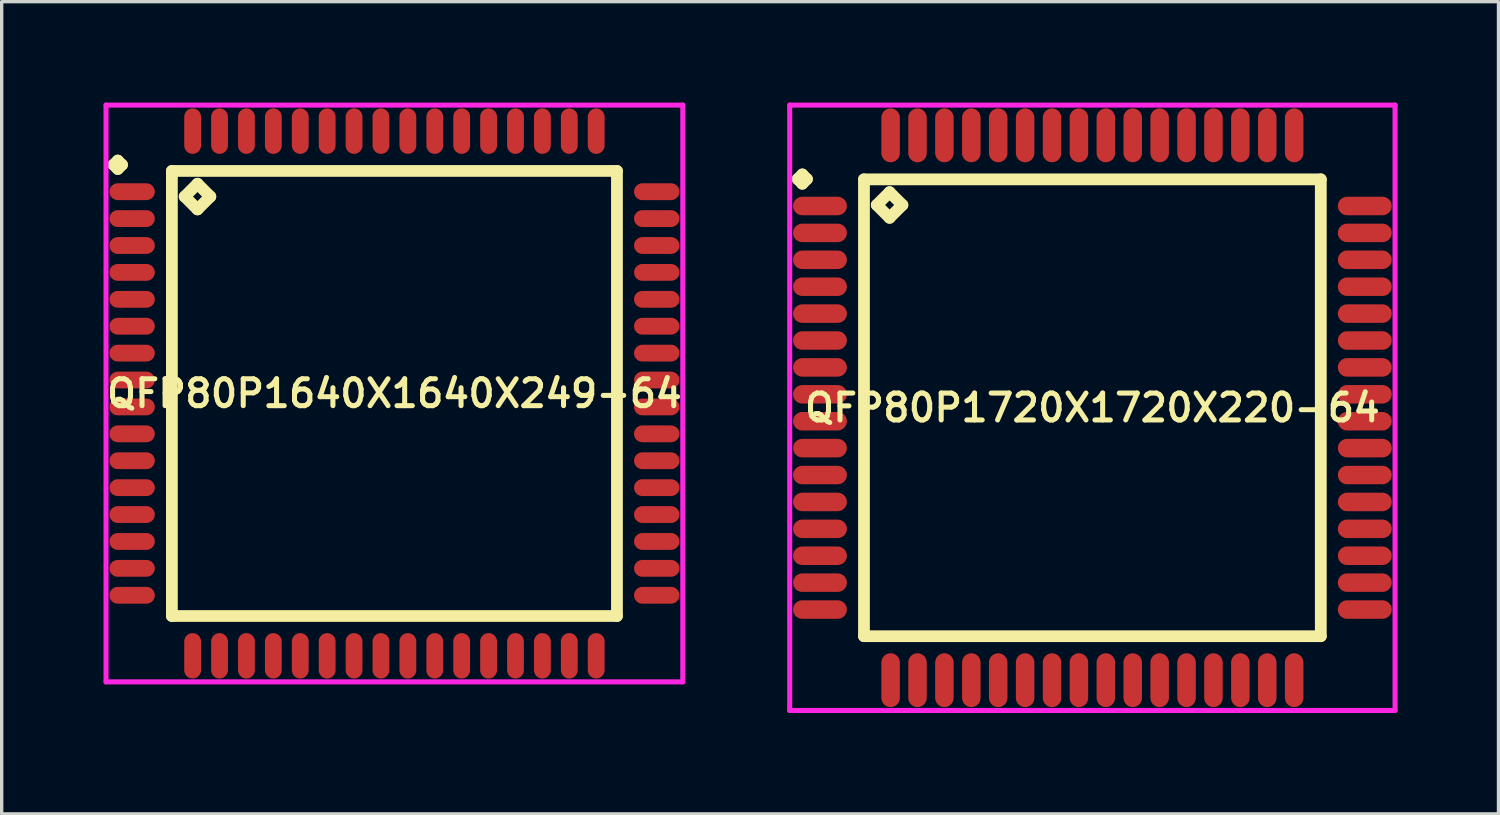
<source format=kicad_pcb>
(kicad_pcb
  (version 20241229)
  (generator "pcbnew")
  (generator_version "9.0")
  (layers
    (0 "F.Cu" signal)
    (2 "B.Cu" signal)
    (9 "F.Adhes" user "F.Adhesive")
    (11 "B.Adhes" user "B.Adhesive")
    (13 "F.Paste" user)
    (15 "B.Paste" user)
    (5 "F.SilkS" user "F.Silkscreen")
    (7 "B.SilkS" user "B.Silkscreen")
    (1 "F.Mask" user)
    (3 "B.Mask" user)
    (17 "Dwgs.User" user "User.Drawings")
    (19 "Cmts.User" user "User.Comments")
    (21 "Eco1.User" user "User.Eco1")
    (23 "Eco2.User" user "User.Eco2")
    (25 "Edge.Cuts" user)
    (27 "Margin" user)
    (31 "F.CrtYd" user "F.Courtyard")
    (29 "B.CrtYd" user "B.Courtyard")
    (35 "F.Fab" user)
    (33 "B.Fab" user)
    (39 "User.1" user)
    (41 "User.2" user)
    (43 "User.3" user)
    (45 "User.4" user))
  (footprint "QFP80P1640X1640X249-64"
    (layer "F.Cu")
    (at 8.678 8.65)
    (property "Reference" "QFP80P1640X1640X249-64" (at 0 0 0) (layer "F.SilkS") (effects (font (size 0.8 0.8) (thickness 0.15))))
    (attr smd)
    (fp_line (start -8.35 -6.8) (end -8.225 -6.925) (stroke (width 0.35) (type solid)) (layer "F.SilkS"))
    (fp_line (start -8.225 -6.925) (end -8.1 -6.8) (stroke (width 0.35) (type solid)) (layer "F.SilkS"))
    (fp_line (start -8.225 -6.675) (end -8.35 -6.8) (stroke (width 0.35) (type solid)) (layer "F.SilkS"))
    (fp_line (start -8.1 -6.8) (end -8.225 -6.675) (stroke (width 0.35) (type solid)) (layer "F.SilkS"))
    (fp_line (start -6.617 -6.617) (end -6.617 6.617) (stroke (width 0.35) (type solid)) (layer "F.SilkS"))
    (fp_line (start -6.617 6.617) (end 6.617 6.617) (stroke (width 0.35) (type solid)) (layer "F.SilkS"))
    (fp_line (start -6.236 -5.855) (end -5.855 -6.236) (stroke (width 0.35) (type solid)) (layer "F.SilkS"))
    (fp_line (start -5.855 -6.236) (end -5.474 -5.855) (stroke (width 0.35) (type solid)) (layer "F.SilkS"))
    (fp_line (start -5.855 -5.474) (end -6.236 -5.855) (stroke (width 0.35) (type solid)) (layer "F.SilkS"))
    (fp_line (start -5.474 -5.855) (end -5.855 -5.474) (stroke (width 0.35) (type solid)) (layer "F.SilkS"))
    (fp_line (start 6.617 -6.617) (end -6.617 -6.617) (stroke (width 0.35) (type solid)) (layer "F.SilkS"))
    (fp_line (start 6.617 6.617) (end 6.617 -6.617) (stroke (width 0.35) (type solid)) (layer "F.SilkS"))
    (fp_line (start -8.575 -8.575) (end 8.575 -8.575) (stroke (width 0.15) (type solid)) (layer "F.CrtYd"))
    (fp_line (start -8.575 8.575) (end -8.575 -8.575) (stroke (width 0.15) (type solid)) (layer "F.CrtYd"))
    (fp_line (start 8.575 -8.575) (end 8.575 8.575) (stroke (width 0.15) (type solid)) (layer "F.CrtYd"))
    (fp_line (start 8.575 8.575) (end -8.575 8.575) (stroke (width 0.15) (type solid)) (layer "F.CrtYd"))
    (pad "1" smd oval (at -7.8 -6) (size 1.35 0.5) (layers "F.Cu" "F.Mask" "F.Paste"))
    (pad "2" smd oval (at -7.8 -5.2) (size 1.35 0.5) (layers "F.Cu" "F.Mask" "F.Paste"))
    (pad "3" smd oval (at -7.8 -4.4) (size 1.35 0.5) (layers "F.Cu" "F.Mask" "F.Paste"))
    (pad "4" smd oval (at -7.8 -3.6) (size 1.35 0.5) (layers "F.Cu" "F.Mask" "F.Paste"))
    (pad "5" smd oval (at -7.8 -2.8) (size 1.35 0.5) (layers "F.Cu" "F.Mask" "F.Paste"))
    (pad "6" smd oval (at -7.8 -2) (size 1.35 0.5) (layers "F.Cu" "F.Mask" "F.Paste"))
    (pad "7" smd oval (at -7.8 -1.2) (size 1.35 0.5) (layers "F.Cu" "F.Mask" "F.Paste"))
    (pad "8" smd oval (at -7.8 -0.4) (size 1.35 0.5) (layers "F.Cu" "F.Mask" "F.Paste"))
    (pad "9" smd oval (at -7.8 0.4) (size 1.35 0.5) (layers "F.Cu" "F.Mask" "F.Paste"))
    (pad "10" smd oval (at -7.8 1.2) (size 1.35 0.5) (layers "F.Cu" "F.Mask" "F.Paste"))
    (pad "11" smd oval (at -7.8 2) (size 1.35 0.5) (layers "F.Cu" "F.Mask" "F.Paste"))
    (pad "12" smd oval (at -7.8 2.8) (size 1.35 0.5) (layers "F.Cu" "F.Mask" "F.Paste"))
    (pad "13" smd oval (at -7.8 3.6) (size 1.35 0.5) (layers "F.Cu" "F.Mask" "F.Paste"))
    (pad "14" smd oval (at -7.8 4.4) (size 1.35 0.5) (layers "F.Cu" "F.Mask" "F.Paste"))
    (pad "15" smd oval (at -7.8 5.2) (size 1.35 0.5) (layers "F.Cu" "F.Mask" "F.Paste"))
    (pad "16" smd oval (at -7.8 6) (size 1.35 0.5) (layers "F.Cu" "F.Mask" "F.Paste"))
    (pad "17" smd oval (at -6 7.8) (size 0.5 1.35) (layers "F.Cu" "F.Mask" "F.Paste"))
    (pad "18" smd oval (at -5.2 7.8) (size 0.5 1.35) (layers "F.Cu" "F.Mask" "F.Paste"))
    (pad "19" smd oval (at -4.4 7.8) (size 0.5 1.35) (layers "F.Cu" "F.Mask" "F.Paste"))
    (pad "20" smd oval (at -3.6 7.8) (size 0.5 1.35) (layers "F.Cu" "F.Mask" "F.Paste"))
    (pad "21" smd oval (at -2.8 7.8) (size 0.5 1.35) (layers "F.Cu" "F.Mask" "F.Paste"))
    (pad "22" smd oval (at -2 7.8) (size 0.5 1.35) (layers "F.Cu" "F.Mask" "F.Paste"))
    (pad "23" smd oval (at -1.2 7.8) (size 0.5 1.35) (layers "F.Cu" "F.Mask" "F.Paste"))
    (pad "24" smd oval (at -0.4 7.8) (size 0.5 1.35) (layers "F.Cu" "F.Mask" "F.Paste"))
    (pad "25" smd oval (at 0.4 7.8) (size 0.5 1.35) (layers "F.Cu" "F.Mask" "F.Paste"))
    (pad "26" smd oval (at 1.2 7.8) (size 0.5 1.35) (layers "F.Cu" "F.Mask" "F.Paste"))
    (pad "27" smd oval (at 2 7.8) (size 0.5 1.35) (layers "F.Cu" "F.Mask" "F.Paste"))
    (pad "28" smd oval (at 2.8 7.8) (size 0.5 1.35) (layers "F.Cu" "F.Mask" "F.Paste"))
    (pad "29" smd oval (at 3.6 7.8) (size 0.5 1.35) (layers "F.Cu" "F.Mask" "F.Paste"))
    (pad "30" smd oval (at 4.4 7.8) (size 0.5 1.35) (layers "F.Cu" "F.Mask" "F.Paste"))
    (pad "31" smd oval (at 5.2 7.8) (size 0.5 1.35) (layers "F.Cu" "F.Mask" "F.Paste"))
    (pad "32" smd oval (at 6 7.8) (size 0.5 1.35) (layers "F.Cu" "F.Mask" "F.Paste"))
    (pad "33" smd oval (at 7.8 6) (size 1.35 0.5) (layers "F.Cu" "F.Mask" "F.Paste"))
    (pad "34" smd oval (at 7.8 5.2) (size 1.35 0.5) (layers "F.Cu" "F.Mask" "F.Paste"))
    (pad "35" smd oval (at 7.8 4.4) (size 1.35 0.5) (layers "F.Cu" "F.Mask" "F.Paste"))
    (pad "36" smd oval (at 7.8 3.6) (size 1.35 0.5) (layers "F.Cu" "F.Mask" "F.Paste"))
    (pad "37" smd oval (at 7.8 2.8) (size 1.35 0.5) (layers "F.Cu" "F.Mask" "F.Paste"))
    (pad "38" smd oval (at 7.8 2) (size 1.35 0.5) (layers "F.Cu" "F.Mask" "F.Paste"))
    (pad "39" smd oval (at 7.8 1.2) (size 1.35 0.5) (layers "F.Cu" "F.Mask" "F.Paste"))
    (pad "40" smd oval (at 7.8 0.4) (size 1.35 0.5) (layers "F.Cu" "F.Mask" "F.Paste"))
    (pad "41" smd oval (at 7.8 -0.4) (size 1.35 0.5) (layers "F.Cu" "F.Mask" "F.Paste"))
    (pad "42" smd oval (at 7.8 -1.2) (size 1.35 0.5) (layers "F.Cu" "F.Mask" "F.Paste"))
    (pad "43" smd oval (at 7.8 -2) (size 1.35 0.5) (layers "F.Cu" "F.Mask" "F.Paste"))
    (pad "44" smd oval (at 7.8 -2.8) (size 1.35 0.5) (layers "F.Cu" "F.Mask" "F.Paste"))
    (pad "45" smd oval (at 7.8 -3.6) (size 1.35 0.5) (layers "F.Cu" "F.Mask" "F.Paste"))
    (pad "46" smd oval (at 7.8 -4.4) (size 1.35 0.5) (layers "F.Cu" "F.Mask" "F.Paste"))
    (pad "47" smd oval (at 7.8 -5.2) (size 1.35 0.5) (layers "F.Cu" "F.Mask" "F.Paste"))
    (pad "48" smd oval (at 7.8 -6) (size 1.35 0.5) (layers "F.Cu" "F.Mask" "F.Paste"))
    (pad "49" smd oval (at 6 -7.8) (size 0.5 1.35) (layers "F.Cu" "F.Mask" "F.Paste"))
    (pad "50" smd oval (at 5.2 -7.8) (size 0.5 1.35) (layers "F.Cu" "F.Mask" "F.Paste"))
    (pad "51" smd oval (at 4.4 -7.8) (size 0.5 1.35) (layers "F.Cu" "F.Mask" "F.Paste"))
    (pad "52" smd oval (at 3.6 -7.8) (size 0.5 1.35) (layers "F.Cu" "F.Mask" "F.Paste"))
    (pad "53" smd oval (at 2.8 -7.8) (size 0.5 1.35) (layers "F.Cu" "F.Mask" "F.Paste"))
    (pad "54" smd oval (at 2 -7.8) (size 0.5 1.35) (layers "F.Cu" "F.Mask" "F.Paste"))
    (pad "55" smd oval (at 1.2 -7.8) (size 0.5 1.35) (layers "F.Cu" "F.Mask" "F.Paste"))
    (pad "56" smd oval (at 0.4 -7.8) (size 0.5 1.35) (layers "F.Cu" "F.Mask" "F.Paste"))
    (pad "57" smd oval (at -0.4 -7.8) (size 0.5 1.35) (layers "F.Cu" "F.Mask" "F.Paste"))
    (pad "58" smd oval (at -1.2 -7.8) (size 0.5 1.35) (layers "F.Cu" "F.Mask" "F.Paste"))
    (pad "59" smd oval (at -2 -7.8) (size 0.5 1.35) (layers "F.Cu" "F.Mask" "F.Paste"))
    (pad "60" smd oval (at -2.8 -7.8) (size 0.5 1.35) (layers "F.Cu" "F.Mask" "F.Paste"))
    (pad "61" smd oval (at -3.6 -7.8) (size 0.5 1.35) (layers "F.Cu" "F.Mask" "F.Paste"))
    (pad "62" smd oval (at -4.4 -7.8) (size 0.5 1.35) (layers "F.Cu" "F.Mask" "F.Paste"))
    (pad "63" smd oval (at -5.2 -7.8) (size 0.5 1.35) (layers "F.Cu" "F.Mask" "F.Paste"))
    (pad "64" smd oval (at -6 -7.8) (size 0.5 1.35) (layers "F.Cu" "F.Mask" "F.Paste")))
  (footprint "QFP80P1720X1720X220-64"
    (layer "F.Cu")
    (at 29.432 9.075)
    (property "Reference" "QFP80P1720X1720X220-64" (at 0 0 0) (layer "F.SilkS") (effects (font (size 0.8 0.8) (thickness 0.15))))
    (attr smd)
    (fp_line (start -8.762 -6.8) (end -8.625 -6.938) (stroke (width 0.35) (type solid)) (layer "F.SilkS"))
    (fp_line (start -8.625 -6.938) (end -8.488 -6.8) (stroke (width 0.35) (type solid)) (layer "F.SilkS"))
    (fp_line (start -8.625 -6.662) (end -8.762 -6.8) (stroke (width 0.35) (type solid)) (layer "F.SilkS"))
    (fp_line (start -8.488 -6.8) (end -8.625 -6.662) (stroke (width 0.35) (type solid)) (layer "F.SilkS"))
    (fp_line (start -6.792 -6.792) (end -6.792 6.792) (stroke (width 0.35) (type solid)) (layer "F.SilkS"))
    (fp_line (start -6.792 6.792) (end 6.792 6.792) (stroke (width 0.35) (type solid)) (layer "F.SilkS"))
    (fp_line (start -6.411 -6.03) (end -6.03 -6.411) (stroke (width 0.35) (type solid)) (layer "F.SilkS"))
    (fp_line (start -6.03 -6.411) (end -5.649 -6.03) (stroke (width 0.35) (type solid)) (layer "F.SilkS"))
    (fp_line (start -6.03 -5.649) (end -6.411 -6.03) (stroke (width 0.35) (type solid)) (layer "F.SilkS"))
    (fp_line (start -5.649 -6.03) (end -6.03 -5.649) (stroke (width 0.35) (type solid)) (layer "F.SilkS"))
    (fp_line (start 6.792 -6.792) (end -6.792 -6.792) (stroke (width 0.35) (type solid)) (layer "F.SilkS"))
    (fp_line (start 6.792 6.792) (end 6.792 -6.792) (stroke (width 0.35) (type solid)) (layer "F.SilkS"))
    (fp_line (start -9 -9) (end 9 -9) (stroke (width 0.15) (type solid)) (layer "F.CrtYd"))
    (fp_line (start -9 9) (end -9 -9) (stroke (width 0.15) (type solid)) (layer "F.CrtYd"))
    (fp_line (start 9 -9) (end 9 9) (stroke (width 0.15) (type solid)) (layer "F.CrtYd"))
    (fp_line (start 9 9) (end -9 9) (stroke (width 0.15) (type solid)) (layer "F.CrtYd"))
    (pad "1" smd oval (at -8.1 -6) (size 1.6 0.55) (layers "F.Cu" "F.Mask" "F.Paste"))
    (pad "2" smd oval (at -8.1 -5.2) (size 1.6 0.55) (layers "F.Cu" "F.Mask" "F.Paste"))
    (pad "3" smd oval (at -8.1 -4.4) (size 1.6 0.55) (layers "F.Cu" "F.Mask" "F.Paste"))
    (pad "4" smd oval (at -8.1 -3.6) (size 1.6 0.55) (layers "F.Cu" "F.Mask" "F.Paste"))
    (pad "5" smd oval (at -8.1 -2.8) (size 1.6 0.55) (layers "F.Cu" "F.Mask" "F.Paste"))
    (pad "6" smd oval (at -8.1 -2) (size 1.6 0.55) (layers "F.Cu" "F.Mask" "F.Paste"))
    (pad "7" smd oval (at -8.1 -1.2) (size 1.6 0.55) (layers "F.Cu" "F.Mask" "F.Paste"))
    (pad "8" smd oval (at -8.1 -0.4) (size 1.6 0.55) (layers "F.Cu" "F.Mask" "F.Paste"))
    (pad "9" smd oval (at -8.1 0.4) (size 1.6 0.55) (layers "F.Cu" "F.Mask" "F.Paste"))
    (pad "10" smd oval (at -8.1 1.2) (size 1.6 0.55) (layers "F.Cu" "F.Mask" "F.Paste"))
    (pad "11" smd oval (at -8.1 2) (size 1.6 0.55) (layers "F.Cu" "F.Mask" "F.Paste"))
    (pad "12" smd oval (at -8.1 2.8) (size 1.6 0.55) (layers "F.Cu" "F.Mask" "F.Paste"))
    (pad "13" smd oval (at -8.1 3.6) (size 1.6 0.55) (layers "F.Cu" "F.Mask" "F.Paste"))
    (pad "14" smd oval (at -8.1 4.4) (size 1.6 0.55) (layers "F.Cu" "F.Mask" "F.Paste"))
    (pad "15" smd oval (at -8.1 5.2) (size 1.6 0.55) (layers "F.Cu" "F.Mask" "F.Paste"))
    (pad "16" smd oval (at -8.1 6) (size 1.6 0.55) (layers "F.Cu" "F.Mask" "F.Paste"))
    (pad "17" smd oval (at -6 8.1) (size 0.55 1.6) (layers "F.Cu" "F.Mask" "F.Paste"))
    (pad "18" smd oval (at -5.2 8.1) (size 0.55 1.6) (layers "F.Cu" "F.Mask" "F.Paste"))
    (pad "19" smd oval (at -4.4 8.1) (size 0.55 1.6) (layers "F.Cu" "F.Mask" "F.Paste"))
    (pad "20" smd oval (at -3.6 8.1) (size 0.55 1.6) (layers "F.Cu" "F.Mask" "F.Paste"))
    (pad "21" smd oval (at -2.8 8.1) (size 0.55 1.6) (layers "F.Cu" "F.Mask" "F.Paste"))
    (pad "22" smd oval (at -2 8.1) (size 0.55 1.6) (layers "F.Cu" "F.Mask" "F.Paste"))
    (pad "23" smd oval (at -1.2 8.1) (size 0.55 1.6) (layers "F.Cu" "F.Mask" "F.Paste"))
    (pad "24" smd oval (at -0.4 8.1) (size 0.55 1.6) (layers "F.Cu" "F.Mask" "F.Paste"))
    (pad "25" smd oval (at 0.4 8.1) (size 0.55 1.6) (layers "F.Cu" "F.Mask" "F.Paste"))
    (pad "26" smd oval (at 1.2 8.1) (size 0.55 1.6) (layers "F.Cu" "F.Mask" "F.Paste"))
    (pad "27" smd oval (at 2 8.1) (size 0.55 1.6) (layers "F.Cu" "F.Mask" "F.Paste"))
    (pad "28" smd oval (at 2.8 8.1) (size 0.55 1.6) (layers "F.Cu" "F.Mask" "F.Paste"))
    (pad "29" smd oval (at 3.6 8.1) (size 0.55 1.6) (layers "F.Cu" "F.Mask" "F.Paste"))
    (pad "30" smd oval (at 4.4 8.1) (size 0.55 1.6) (layers "F.Cu" "F.Mask" "F.Paste"))
    (pad "31" smd oval (at 5.2 8.1) (size 0.55 1.6) (layers "F.Cu" "F.Mask" "F.Paste"))
    (pad "32" smd oval (at 6 8.1) (size 0.55 1.6) (layers "F.Cu" "F.Mask" "F.Paste"))
    (pad "33" smd oval (at 8.1 6) (size 1.6 0.55) (layers "F.Cu" "F.Mask" "F.Paste"))
    (pad "34" smd oval (at 8.1 5.2) (size 1.6 0.55) (layers "F.Cu" "F.Mask" "F.Paste"))
    (pad "35" smd oval (at 8.1 4.4) (size 1.6 0.55) (layers "F.Cu" "F.Mask" "F.Paste"))
    (pad "36" smd oval (at 8.1 3.6) (size 1.6 0.55) (layers "F.Cu" "F.Mask" "F.Paste"))
    (pad "37" smd oval (at 8.1 2.8) (size 1.6 0.55) (layers "F.Cu" "F.Mask" "F.Paste"))
    (pad "38" smd oval (at 8.1 2) (size 1.6 0.55) (layers "F.Cu" "F.Mask" "F.Paste"))
    (pad "39" smd oval (at 8.1 1.2) (size 1.6 0.55) (layers "F.Cu" "F.Mask" "F.Paste"))
    (pad "40" smd oval (at 8.1 0.4) (size 1.6 0.55) (layers "F.Cu" "F.Mask" "F.Paste"))
    (pad "41" smd oval (at 8.1 -0.4) (size 1.6 0.55) (layers "F.Cu" "F.Mask" "F.Paste"))
    (pad "42" smd oval (at 8.1 -1.2) (size 1.6 0.55) (layers "F.Cu" "F.Mask" "F.Paste"))
    (pad "43" smd oval (at 8.1 -2) (size 1.6 0.55) (layers "F.Cu" "F.Mask" "F.Paste"))
    (pad "44" smd oval (at 8.1 -2.8) (size 1.6 0.55) (layers "F.Cu" "F.Mask" "F.Paste"))
    (pad "45" smd oval (at 8.1 -3.6) (size 1.6 0.55) (layers "F.Cu" "F.Mask" "F.Paste"))
    (pad "46" smd oval (at 8.1 -4.4) (size 1.6 0.55) (layers "F.Cu" "F.Mask" "F.Paste"))
    (pad "47" smd oval (at 8.1 -5.2) (size 1.6 0.55) (layers "F.Cu" "F.Mask" "F.Paste"))
    (pad "48" smd oval (at 8.1 -6) (size 1.6 0.55) (layers "F.Cu" "F.Mask" "F.Paste"))
    (pad "49" smd oval (at 6 -8.1) (size 0.55 1.6) (layers "F.Cu" "F.Mask" "F.Paste"))
    (pad "50" smd oval (at 5.2 -8.1) (size 0.55 1.6) (layers "F.Cu" "F.Mask" "F.Paste"))
    (pad "51" smd oval (at 4.4 -8.1) (size 0.55 1.6) (layers "F.Cu" "F.Mask" "F.Paste"))
    (pad "52" smd oval (at 3.6 -8.1) (size 0.55 1.6) (layers "F.Cu" "F.Mask" "F.Paste"))
    (pad "53" smd oval (at 2.8 -8.1) (size 0.55 1.6) (layers "F.Cu" "F.Mask" "F.Paste"))
    (pad "54" smd oval (at 2 -8.1) (size 0.55 1.6) (layers "F.Cu" "F.Mask" "F.Paste"))
    (pad "55" smd oval (at 1.2 -8.1) (size 0.55 1.6) (layers "F.Cu" "F.Mask" "F.Paste"))
    (pad "56" smd oval (at 0.4 -8.1) (size 0.55 1.6) (layers "F.Cu" "F.Mask" "F.Paste"))
    (pad "57" smd oval (at -0.4 -8.1) (size 0.55 1.6) (layers "F.Cu" "F.Mask" "F.Paste"))
    (pad "58" smd oval (at -1.2 -8.1) (size 0.55 1.6) (layers "F.Cu" "F.Mask" "F.Paste"))
    (pad "59" smd oval (at -2 -8.1) (size 0.55 1.6) (layers "F.Cu" "F.Mask" "F.Paste"))
    (pad "60" smd oval (at -2.8 -8.1) (size 0.55 1.6) (layers "F.Cu" "F.Mask" "F.Paste"))
    (pad "61" smd oval (at -3.6 -8.1) (size 0.55 1.6) (layers "F.Cu" "F.Mask" "F.Paste"))
    (pad "62" smd oval (at -4.4 -8.1) (size 0.55 1.6) (layers "F.Cu" "F.Mask" "F.Paste"))
    (pad "63" smd oval (at -5.2 -8.1) (size 0.55 1.6) (layers "F.Cu" "F.Mask" "F.Paste"))
    (pad "64" smd oval (at -6 -8.1) (size 0.55 1.6) (layers "F.Cu" "F.Mask" "F.Paste")))
  (gr_rect
    (start -3 -3)
    (end 41.507 21.15)
    (stroke (width 0.1) (type default))
    (fill no)
    (layer "Edge.Cuts")))
</source>
